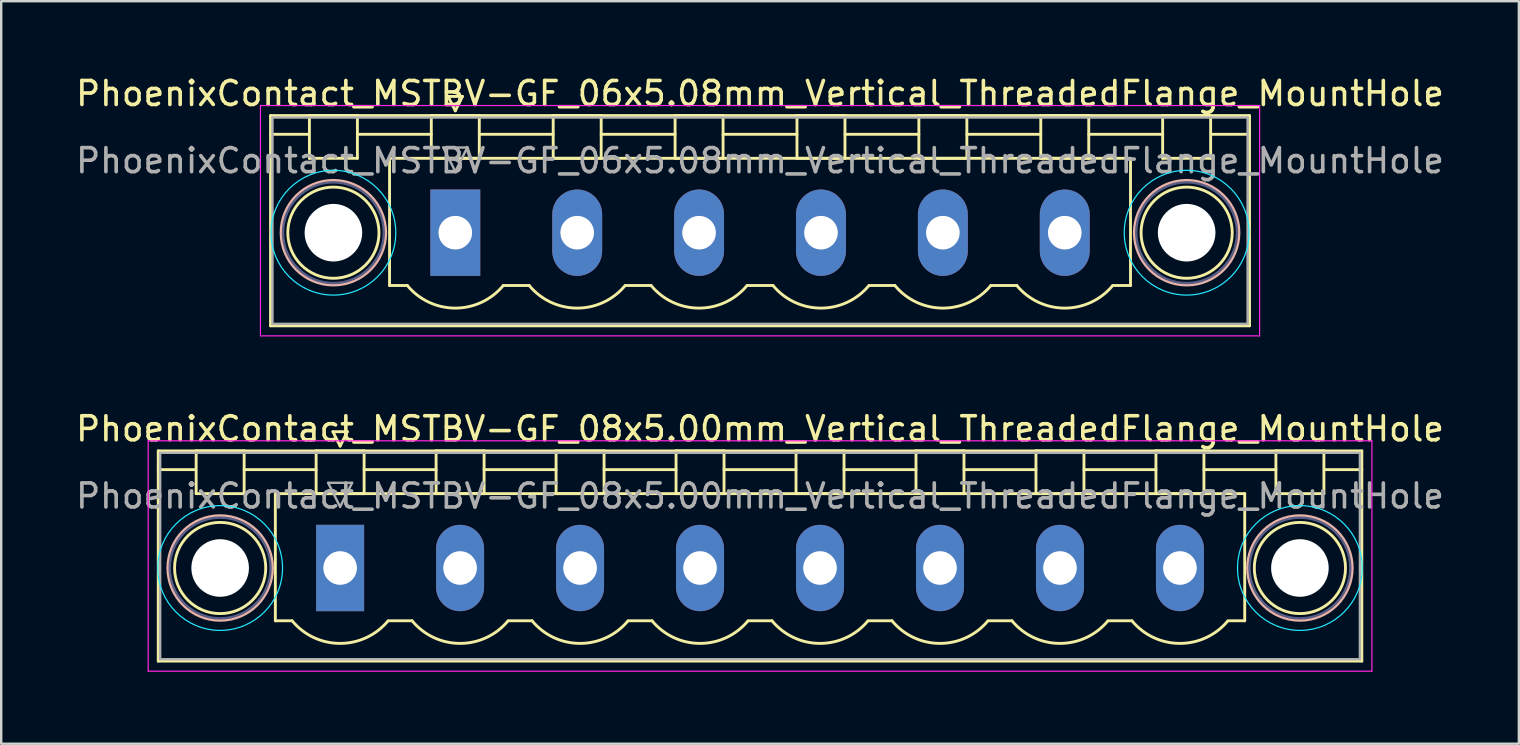
<source format=kicad_pcb>
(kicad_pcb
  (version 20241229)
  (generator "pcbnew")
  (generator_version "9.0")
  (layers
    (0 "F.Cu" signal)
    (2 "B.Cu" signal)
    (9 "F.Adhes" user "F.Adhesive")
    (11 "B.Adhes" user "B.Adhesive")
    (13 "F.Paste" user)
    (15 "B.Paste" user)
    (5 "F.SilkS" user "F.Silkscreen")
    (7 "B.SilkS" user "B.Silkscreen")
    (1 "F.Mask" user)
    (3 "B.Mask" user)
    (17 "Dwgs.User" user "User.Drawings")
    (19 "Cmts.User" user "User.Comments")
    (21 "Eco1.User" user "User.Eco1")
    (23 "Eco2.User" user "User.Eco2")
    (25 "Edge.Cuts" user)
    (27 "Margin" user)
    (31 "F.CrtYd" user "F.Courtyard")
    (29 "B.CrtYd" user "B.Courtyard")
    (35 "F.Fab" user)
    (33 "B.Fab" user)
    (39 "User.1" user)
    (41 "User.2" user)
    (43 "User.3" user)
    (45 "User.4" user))
  (footprint "PhoenixContact_MSTBV-GF_06x5.08mm_Vertical_ThreadedFlange_MountHole"
    (layer "F.Cu")
    (at 15.925 6.648)
    (property "Reference" "PhoenixContact_MSTBV-GF_06x5.08mm_Vertical_ThreadedFlange_MountHole" (at 12.7 -5.8 0) (layer "F.SilkS") (effects (font (size 1 1) (thickness 0.15))))
    (attr through_hole)
    (fp_line (start -7.7 -4.88) (end -7.7 3.88) (stroke (width 0.12) (type solid)) (layer "F.SilkS"))
    (fp_line (start -7.7 -4.1) (end -6.16 -4.1) (stroke (width 0.12) (type solid)) (layer "F.SilkS"))
    (fp_line (start -7.7 3.88) (end 33.1 3.88) (stroke (width 0.12) (type solid)) (layer "F.SilkS"))
    (fp_line (start -6.08 -4.88) (end -4.08 -4.88) (stroke (width 0.12) (type solid)) (layer "F.SilkS"))
    (fp_line (start -6.08 -3.1) (end -6.08 -4.88) (stroke (width 0.12) (type solid)) (layer "F.SilkS"))
    (fp_line (start -4.08 -4.88) (end -4.08 -3.1) (stroke (width 0.12) (type solid)) (layer "F.SilkS"))
    (fp_line (start -4.08 -4.1) (end -1 -4.1) (stroke (width 0.12) (type solid)) (layer "F.SilkS"))
    (fp_line (start -4.08 -3.1) (end -6.08 -3.1) (stroke (width 0.12) (type solid)) (layer "F.SilkS"))
    (fp_line (start -2.74 -3.1) (end 28.14 -3.1) (stroke (width 0.12) (type solid)) (layer "F.SilkS"))
    (fp_line (start -2.74 2.2) (end -2.74 -3.1) (stroke (width 0.12) (type solid)) (layer "F.SilkS"))
    (fp_line (start -2 2.2) (end -2.74 2.2) (stroke (width 0.12) (type solid)) (layer "F.SilkS"))
    (fp_line (start -1 -4.88) (end 1 -4.88) (stroke (width 0.12) (type solid)) (layer "F.SilkS"))
    (fp_line (start -1 -3.1) (end -1 -4.88) (stroke (width 0.12) (type solid)) (layer "F.SilkS"))
    (fp_line (start -0.3 -5.68) (end 0.3 -5.68) (stroke (width 0.12) (type solid)) (layer "F.SilkS"))
    (fp_line (start 0 -5.08) (end -0.3 -5.68) (stroke (width 0.12) (type solid)) (layer "F.SilkS"))
    (fp_line (start 0.3 -5.68) (end 0 -5.08) (stroke (width 0.12) (type solid)) (layer "F.SilkS"))
    (fp_line (start 1 -4.88) (end 1 -3.1) (stroke (width 0.12) (type solid)) (layer "F.SilkS"))
    (fp_line (start 1 -4.1) (end 4.08 -4.1) (stroke (width 0.12) (type solid)) (layer "F.SilkS"))
    (fp_line (start 1 -3.1) (end -1 -3.1) (stroke (width 0.12) (type solid)) (layer "F.SilkS"))
    (fp_line (start 2 2.2) (end 3.08 2.2) (stroke (width 0.12) (type solid)) (layer "F.SilkS"))
    (fp_line (start 4.08 -4.88) (end 6.08 -4.88) (stroke (width 0.12) (type solid)) (layer "F.SilkS"))
    (fp_line (start 4.08 -3.1) (end 4.08 -4.88) (stroke (width 0.12) (type solid)) (layer "F.SilkS"))
    (fp_line (start 6.08 -4.88) (end 6.08 -3.1) (stroke (width 0.12) (type solid)) (layer "F.SilkS"))
    (fp_line (start 6.08 -4.1) (end 9.16 -4.1) (stroke (width 0.12) (type solid)) (layer "F.SilkS"))
    (fp_line (start 6.08 -3.1) (end 4.08 -3.1) (stroke (width 0.12) (type solid)) (layer "F.SilkS"))
    (fp_line (start 7.08 2.2) (end 8.16 2.2) (stroke (width 0.12) (type solid)) (layer "F.SilkS"))
    (fp_line (start 9.16 -4.88) (end 11.16 -4.88) (stroke (width 0.12) (type solid)) (layer "F.SilkS"))
    (fp_line (start 9.16 -3.1) (end 9.16 -4.88) (stroke (width 0.12) (type solid)) (layer "F.SilkS"))
    (fp_line (start 11.16 -4.88) (end 11.16 -3.1) (stroke (width 0.12) (type solid)) (layer "F.SilkS"))
    (fp_line (start 11.16 -4.1) (end 14.24 -4.1) (stroke (width 0.12) (type solid)) (layer "F.SilkS"))
    (fp_line (start 11.16 -3.1) (end 9.16 -3.1) (stroke (width 0.12) (type solid)) (layer "F.SilkS"))
    (fp_line (start 12.16 2.2) (end 13.24 2.2) (stroke (width 0.12) (type solid)) (layer "F.SilkS"))
    (fp_line (start 14.24 -4.88) (end 16.24 -4.88) (stroke (width 0.12) (type solid)) (layer "F.SilkS"))
    (fp_line (start 14.24 -3.1) (end 14.24 -4.88) (stroke (width 0.12) (type solid)) (layer "F.SilkS"))
    (fp_line (start 16.24 -4.88) (end 16.24 -3.1) (stroke (width 0.12) (type solid)) (layer "F.SilkS"))
    (fp_line (start 16.24 -4.1) (end 19.32 -4.1) (stroke (width 0.12) (type solid)) (layer "F.SilkS"))
    (fp_line (start 16.24 -3.1) (end 14.24 -3.1) (stroke (width 0.12) (type solid)) (layer "F.SilkS"))
    (fp_line (start 17.24 2.2) (end 18.32 2.2) (stroke (width 0.12) (type solid)) (layer "F.SilkS"))
    (fp_line (start 19.32 -4.88) (end 21.32 -4.88) (stroke (width 0.12) (type solid)) (layer "F.SilkS"))
    (fp_line (start 19.32 -3.1) (end 19.32 -4.88) (stroke (width 0.12) (type solid)) (layer "F.SilkS"))
    (fp_line (start 21.32 -4.88) (end 21.32 -3.1) (stroke (width 0.12) (type solid)) (layer "F.SilkS"))
    (fp_line (start 21.32 -4.1) (end 24.4 -4.1) (stroke (width 0.12) (type solid)) (layer "F.SilkS"))
    (fp_line (start 21.32 -3.1) (end 19.32 -3.1) (stroke (width 0.12) (type solid)) (layer "F.SilkS"))
    (fp_line (start 22.32 2.2) (end 23.4 2.2) (stroke (width 0.12) (type solid)) (layer "F.SilkS"))
    (fp_line (start 24.4 -4.88) (end 26.4 -4.88) (stroke (width 0.12) (type solid)) (layer "F.SilkS"))
    (fp_line (start 24.4 -3.1) (end 24.4 -4.88) (stroke (width 0.12) (type solid)) (layer "F.SilkS"))
    (fp_line (start 26.4 -4.88) (end 26.4 -3.1) (stroke (width 0.12) (type solid)) (layer "F.SilkS"))
    (fp_line (start 26.4 -4.1) (end 29.48 -4.1) (stroke (width 0.12) (type solid)) (layer "F.SilkS"))
    (fp_line (start 26.4 -3.1) (end 24.4 -3.1) (stroke (width 0.12) (type solid)) (layer "F.SilkS"))
    (fp_line (start 28.14 -3.1) (end 28.14 2.2) (stroke (width 0.12) (type solid)) (layer "F.SilkS"))
    (fp_line (start 28.14 2.2) (end 27.4 2.2) (stroke (width 0.12) (type solid)) (layer "F.SilkS"))
    (fp_line (start 29.48 -4.88) (end 31.48 -4.88) (stroke (width 0.12) (type solid)) (layer "F.SilkS"))
    (fp_line (start 29.48 -3.1) (end 29.48 -4.88) (stroke (width 0.12) (type solid)) (layer "F.SilkS"))
    (fp_line (start 31.48 -4.88) (end 31.48 -3.1) (stroke (width 0.12) (type solid)) (layer "F.SilkS"))
    (fp_line (start 31.48 -3.1) (end 29.48 -3.1) (stroke (width 0.12) (type solid)) (layer "F.SilkS"))
    (fp_line (start 33.1 -4.88) (end -7.7 -4.88) (stroke (width 0.12) (type solid)) (layer "F.SilkS"))
    (fp_line (start 33.1 -4.1) (end 31.56 -4.1) (stroke (width 0.12) (type solid)) (layer "F.SilkS"))
    (fp_line (start 33.1 3.88) (end 33.1 -4.88) (stroke (width 0.12) (type solid)) (layer "F.SilkS"))
    (fp_arc (start 1.986842 2.215821) (mid -0.010289 3.142758) (end -2 2.2) (stroke (width 0.12) (type solid)) (layer "F.SilkS"))
    (fp_arc (start 7.066842 2.215821) (mid 5.069711 3.142758) (end 3.08 2.2) (stroke (width 0.12) (type solid)) (layer "F.SilkS"))
    (fp_arc (start 12.146842 2.215821) (mid 10.149711 3.142758) (end 8.16 2.2) (stroke (width 0.12) (type solid)) (layer "F.SilkS"))
    (fp_arc (start 17.226842 2.215821) (mid 15.229711 3.142758) (end 13.24 2.2) (stroke (width 0.12) (type solid)) (layer "F.SilkS"))
    (fp_arc (start 22.306842 2.215821) (mid 20.309711 3.142758) (end 18.32 2.2) (stroke (width 0.12) (type solid)) (layer "F.SilkS"))
    (fp_arc (start 27.386842 2.215821) (mid 25.389711 3.142758) (end 23.4 2.2) (stroke (width 0.12) (type solid)) (layer "F.SilkS"))
    (fp_circle (center -5.08 0) (end -3.18 0) (stroke (width 0.12) (type solid)) (fill no) (layer "F.SilkS"))
    (fp_circle (center 30.48 0) (end 32.38 0) (stroke (width 0.12) (type solid)) (fill no) (layer "F.SilkS"))
    (fp_circle (center -5.08 0) (end -2.9 0) (stroke (width 0.12) (type solid)) (fill no) (layer "B.SilkS"))
    (fp_circle (center 30.48 0) (end 32.66 0) (stroke (width 0.12) (type solid)) (fill no) (layer "B.SilkS"))
    (fp_circle (center -5.08 0) (end -2.48 0) (stroke (width 0.05) (type solid)) (fill no) (layer "B.CrtYd"))
    (fp_circle (center 30.48 0) (end 33.08 0) (stroke (width 0.05) (type solid)) (fill no) (layer "B.CrtYd"))
    (fp_line (start -8.12 -5.3) (end -8.12 4.3) (stroke (width 0.05) (type solid)) (layer "F.CrtYd"))
    (fp_line (start -8.12 4.3) (end 33.52 4.3) (stroke (width 0.05) (type solid)) (layer "F.CrtYd"))
    (fp_line (start 33.52 -5.3) (end -8.12 -5.3) (stroke (width 0.05) (type solid)) (layer "F.CrtYd"))
    (fp_line (start 33.52 4.3) (end 33.52 -5.3) (stroke (width 0.05) (type solid)) (layer "F.CrtYd"))
    (fp_circle (center -5.08 0) (end -2.98 0) (stroke (width 0.1) (type solid)) (fill no) (layer "B.Fab"))
    (fp_circle (center 30.48 0) (end 32.58 0) (stroke (width 0.1) (type solid)) (fill no) (layer "B.Fab"))
    (fp_line (start -7.62 -4.8) (end -7.62 3.8) (stroke (width 0.1) (type solid)) (layer "F.Fab"))
    (fp_line (start -7.62 3.8) (end 33.02 3.8) (stroke (width 0.1) (type solid)) (layer "F.Fab"))
    (fp_line (start -0.5 -3.55) (end 0.5 -3.55) (stroke (width 0.1) (type solid)) (layer "F.Fab"))
    (fp_line (start 0 -2.55) (end -0.5 -3.55) (stroke (width 0.1) (type solid)) (layer "F.Fab"))
    (fp_line (start 0.5 -3.55) (end 0 -2.55) (stroke (width 0.1) (type solid)) (layer "F.Fab"))
    (fp_line (start 33.02 -4.8) (end -7.62 -4.8) (stroke (width 0.1) (type solid)) (layer "F.Fab"))
    (fp_line (start 33.02 3.8) (end 33.02 -4.8) (stroke (width 0.1) (type solid)) (layer "F.Fab"))
    (fp_text user "${REFERENCE}" (at 12.7 -3 0) (layer "F.Fab") (effects (font (size 1 1) (thickness 0.15))))
    (pad "" np_thru_hole circle (at -5.08 0) (size 2.4 2.4) (drill 2.4) (layers "*.Cu" "*.Mask"))
    (pad "" np_thru_hole circle (at 30.48 0) (size 2.4 2.4) (drill 2.4) (layers "*.Cu" "*.Mask"))
    (pad "1" thru_hole rect (at 0 0) (size 2.08 3.6) (drill 1.4) (layers "*.Cu" "*.Mask"))
    (pad "2" thru_hole oval (at 5.08 0) (size 2.08 3.6) (drill 1.4) (layers "*.Cu" "*.Mask"))
    (pad "3" thru_hole oval (at 10.16 0) (size 2.08 3.6) (drill 1.4) (layers "*.Cu" "*.Mask"))
    (pad "4" thru_hole oval (at 15.24 0) (size 2.08 3.6) (drill 1.4) (layers "*.Cu" "*.Mask"))
    (pad "5" thru_hole oval (at 20.32 0) (size 2.08 3.6) (drill 1.4) (layers "*.Cu" "*.Mask"))
    (pad "6" thru_hole oval (at 25.4 0) (size 2.08 3.6) (drill 1.4) (layers "*.Cu" "*.Mask")))
  (footprint "PhoenixContact_MSTBV-GF_08x5.00mm_Vertical_ThreadedFlange_MountHole"
    (layer "F.Cu")
    (at 11.125 20.622)
    (property "Reference" "PhoenixContact_MSTBV-GF_08x5.00mm_Vertical_ThreadedFlange_MountHole" (at 17.5 -5.8 0) (layer "F.SilkS") (effects (font (size 1 1) (thickness 0.15))))
    (attr through_hole)
    (fp_line (start -7.58 -4.88) (end -7.58 3.88) (stroke (width 0.12) (type solid)) (layer "F.SilkS"))
    (fp_line (start -7.58 -4.1) (end -6.08 -4.1) (stroke (width 0.12) (type solid)) (layer "F.SilkS"))
    (fp_line (start -7.58 3.88) (end 42.58 3.88) (stroke (width 0.12) (type solid)) (layer "F.SilkS"))
    (fp_line (start -6 -4.88) (end -4 -4.88) (stroke (width 0.12) (type solid)) (layer "F.SilkS"))
    (fp_line (start -6 -3.1) (end -6 -4.88) (stroke (width 0.12) (type solid)) (layer "F.SilkS"))
    (fp_line (start -4 -4.88) (end -4 -3.1) (stroke (width 0.12) (type solid)) (layer "F.SilkS"))
    (fp_line (start -4 -4.1) (end -1 -4.1) (stroke (width 0.12) (type solid)) (layer "F.SilkS"))
    (fp_line (start -4 -3.1) (end -6 -3.1) (stroke (width 0.12) (type solid)) (layer "F.SilkS"))
    (fp_line (start -2.7 -3.1) (end 37.7 -3.1) (stroke (width 0.12) (type solid)) (layer "F.SilkS"))
    (fp_line (start -2.7 2.2) (end -2.7 -3.1) (stroke (width 0.12) (type solid)) (layer "F.SilkS"))
    (fp_line (start -2 2.2) (end -2.7 2.2) (stroke (width 0.12) (type solid)) (layer "F.SilkS"))
    (fp_line (start -1 -4.88) (end 1 -4.88) (stroke (width 0.12) (type solid)) (layer "F.SilkS"))
    (fp_line (start -1 -3.1) (end -1 -4.88) (stroke (width 0.12) (type solid)) (layer "F.SilkS"))
    (fp_line (start -0.3 -5.68) (end 0.3 -5.68) (stroke (width 0.12) (type solid)) (layer "F.SilkS"))
    (fp_line (start 0 -5.08) (end -0.3 -5.68) (stroke (width 0.12) (type solid)) (layer "F.SilkS"))
    (fp_line (start 0.3 -5.68) (end 0 -5.08) (stroke (width 0.12) (type solid)) (layer "F.SilkS"))
    (fp_line (start 1 -4.88) (end 1 -3.1) (stroke (width 0.12) (type solid)) (layer "F.SilkS"))
    (fp_line (start 1 -4.1) (end 4 -4.1) (stroke (width 0.12) (type solid)) (layer "F.SilkS"))
    (fp_line (start 1 -3.1) (end -1 -3.1) (stroke (width 0.12) (type solid)) (layer "F.SilkS"))
    (fp_line (start 2 2.2) (end 3 2.2) (stroke (width 0.12) (type solid)) (layer "F.SilkS"))
    (fp_line (start 4 -4.88) (end 6 -4.88) (stroke (width 0.12) (type solid)) (layer "F.SilkS"))
    (fp_line (start 4 -3.1) (end 4 -4.88) (stroke (width 0.12) (type solid)) (layer "F.SilkS"))
    (fp_line (start 6 -4.88) (end 6 -3.1) (stroke (width 0.12) (type solid)) (layer "F.SilkS"))
    (fp_line (start 6 -4.1) (end 9 -4.1) (stroke (width 0.12) (type solid)) (layer "F.SilkS"))
    (fp_line (start 6 -3.1) (end 4 -3.1) (stroke (width 0.12) (type solid)) (layer "F.SilkS"))
    (fp_line (start 7 2.2) (end 8 2.2) (stroke (width 0.12) (type solid)) (layer "F.SilkS"))
    (fp_line (start 9 -4.88) (end 11 -4.88) (stroke (width 0.12) (type solid)) (layer "F.SilkS"))
    (fp_line (start 9 -3.1) (end 9 -4.88) (stroke (width 0.12) (type solid)) (layer "F.SilkS"))
    (fp_line (start 11 -4.88) (end 11 -3.1) (stroke (width 0.12) (type solid)) (layer "F.SilkS"))
    (fp_line (start 11 -4.1) (end 14 -4.1) (stroke (width 0.12) (type solid)) (layer "F.SilkS"))
    (fp_line (start 11 -3.1) (end 9 -3.1) (stroke (width 0.12) (type solid)) (layer "F.SilkS"))
    (fp_line (start 12 2.2) (end 13 2.2) (stroke (width 0.12) (type solid)) (layer "F.SilkS"))
    (fp_line (start 14 -4.88) (end 16 -4.88) (stroke (width 0.12) (type solid)) (layer "F.SilkS"))
    (fp_line (start 14 -3.1) (end 14 -4.88) (stroke (width 0.12) (type solid)) (layer "F.SilkS"))
    (fp_line (start 16 -4.88) (end 16 -3.1) (stroke (width 0.12) (type solid)) (layer "F.SilkS"))
    (fp_line (start 16 -4.1) (end 19 -4.1) (stroke (width 0.12) (type solid)) (layer "F.SilkS"))
    (fp_line (start 16 -3.1) (end 14 -3.1) (stroke (width 0.12) (type solid)) (layer "F.SilkS"))
    (fp_line (start 17 2.2) (end 18 2.2) (stroke (width 0.12) (type solid)) (layer "F.SilkS"))
    (fp_line (start 19 -4.88) (end 21 -4.88) (stroke (width 0.12) (type solid)) (layer "F.SilkS"))
    (fp_line (start 19 -3.1) (end 19 -4.88) (stroke (width 0.12) (type solid)) (layer "F.SilkS"))
    (fp_line (start 21 -4.88) (end 21 -3.1) (stroke (width 0.12) (type solid)) (layer "F.SilkS"))
    (fp_line (start 21 -4.1) (end 24 -4.1) (stroke (width 0.12) (type solid)) (layer "F.SilkS"))
    (fp_line (start 21 -3.1) (end 19 -3.1) (stroke (width 0.12) (type solid)) (layer "F.SilkS"))
    (fp_line (start 22 2.2) (end 23 2.2) (stroke (width 0.12) (type solid)) (layer "F.SilkS"))
    (fp_line (start 24 -4.88) (end 26 -4.88) (stroke (width 0.12) (type solid)) (layer "F.SilkS"))
    (fp_line (start 24 -3.1) (end 24 -4.88) (stroke (width 0.12) (type solid)) (layer "F.SilkS"))
    (fp_line (start 26 -4.88) (end 26 -3.1) (stroke (width 0.12) (type solid)) (layer "F.SilkS"))
    (fp_line (start 26 -4.1) (end 29 -4.1) (stroke (width 0.12) (type solid)) (layer "F.SilkS"))
    (fp_line (start 26 -3.1) (end 24 -3.1) (stroke (width 0.12) (type solid)) (layer "F.SilkS"))
    (fp_line (start 27 2.2) (end 28 2.2) (stroke (width 0.12) (type solid)) (layer "F.SilkS"))
    (fp_line (start 29 -4.88) (end 31 -4.88) (stroke (width 0.12) (type solid)) (layer "F.SilkS"))
    (fp_line (start 29 -3.1) (end 29 -4.88) (stroke (width 0.12) (type solid)) (layer "F.SilkS"))
    (fp_line (start 31 -4.88) (end 31 -3.1) (stroke (width 0.12) (type solid)) (layer "F.SilkS"))
    (fp_line (start 31 -4.1) (end 34 -4.1) (stroke (width 0.12) (type solid)) (layer "F.SilkS"))
    (fp_line (start 31 -3.1) (end 29 -3.1) (stroke (width 0.12) (type solid)) (layer "F.SilkS"))
    (fp_line (start 32 2.2) (end 33 2.2) (stroke (width 0.12) (type solid)) (layer "F.SilkS"))
    (fp_line (start 34 -4.88) (end 36 -4.88) (stroke (width 0.12) (type solid)) (layer "F.SilkS"))
    (fp_line (start 34 -3.1) (end 34 -4.88) (stroke (width 0.12) (type solid)) (layer "F.SilkS"))
    (fp_line (start 36 -4.88) (end 36 -3.1) (stroke (width 0.12) (type solid)) (layer "F.SilkS"))
    (fp_line (start 36 -4.1) (end 39 -4.1) (stroke (width 0.12) (type solid)) (layer "F.SilkS"))
    (fp_line (start 36 -3.1) (end 34 -3.1) (stroke (width 0.12) (type solid)) (layer "F.SilkS"))
    (fp_line (start 37.7 -3.1) (end 37.7 2.2) (stroke (width 0.12) (type solid)) (layer "F.SilkS"))
    (fp_line (start 37.7 2.2) (end 37 2.2) (stroke (width 0.12) (type solid)) (layer "F.SilkS"))
    (fp_line (start 39 -4.88) (end 41 -4.88) (stroke (width 0.12) (type solid)) (layer "F.SilkS"))
    (fp_line (start 39 -3.1) (end 39 -4.88) (stroke (width 0.12) (type solid)) (layer "F.SilkS"))
    (fp_line (start 41 -4.88) (end 41 -3.1) (stroke (width 0.12) (type solid)) (layer "F.SilkS"))
    (fp_line (start 41 -3.1) (end 39 -3.1) (stroke (width 0.12) (type solid)) (layer "F.SilkS"))
    (fp_line (start 42.58 -4.88) (end -7.58 -4.88) (stroke (width 0.12) (type solid)) (layer "F.SilkS"))
    (fp_line (start 42.58 -4.1) (end 41.08 -4.1) (stroke (width 0.12) (type solid)) (layer "F.SilkS"))
    (fp_line (start 42.58 3.88) (end 42.58 -4.88) (stroke (width 0.12) (type solid)) (layer "F.SilkS"))
    (fp_arc (start 1.986842 2.215821) (mid -0.010289 3.142758) (end -2 2.2) (stroke (width 0.12) (type solid)) (layer "F.SilkS"))
    (fp_arc (start 6.986842 2.215821) (mid 4.989711 3.142758) (end 3 2.2) (stroke (width 0.12) (type solid)) (layer "F.SilkS"))
    (fp_arc (start 11.986842 2.215821) (mid 9.989711 3.142758) (end 8 2.2) (stroke (width 0.12) (type solid)) (layer "F.SilkS"))
    (fp_arc (start 16.986842 2.215821) (mid 14.989711 3.142758) (end 13 2.2) (stroke (width 0.12) (type solid)) (layer "F.SilkS"))
    (fp_arc (start 21.986842 2.215821) (mid 19.989711 3.142758) (end 18 2.2) (stroke (width 0.12) (type solid)) (layer "F.SilkS"))
    (fp_arc (start 26.986842 2.215821) (mid 24.989711 3.142758) (end 23 2.2) (stroke (width 0.12) (type solid)) (layer "F.SilkS"))
    (fp_arc (start 31.986842 2.215821) (mid 29.989711 3.142758) (end 28 2.2) (stroke (width 0.12) (type solid)) (layer "F.SilkS"))
    (fp_arc (start 36.986842 2.215821) (mid 34.989711 3.142758) (end 33 2.2) (stroke (width 0.12) (type solid)) (layer "F.SilkS"))
    (fp_circle (center -5 0) (end -3.1 0) (stroke (width 0.12) (type solid)) (fill no) (layer "F.SilkS"))
    (fp_circle (center 40 0) (end 41.9 0) (stroke (width 0.12) (type solid)) (fill no) (layer "F.SilkS"))
    (fp_circle (center -5 0) (end -2.82 0) (stroke (width 0.12) (type solid)) (fill no) (layer "B.SilkS"))
    (fp_circle (center 40 0) (end 42.18 0) (stroke (width 0.12) (type solid)) (fill no) (layer "B.SilkS"))
    (fp_circle (center -5 0) (end -2.4 0) (stroke (width 0.05) (type solid)) (fill no) (layer "B.CrtYd"))
    (fp_circle (center 40 0) (end 42.6 0) (stroke (width 0.05) (type solid)) (fill no) (layer "B.CrtYd"))
    (fp_line (start -8 -5.3) (end -8 4.3) (stroke (width 0.05) (type solid)) (layer "F.CrtYd"))
    (fp_line (start -8 4.3) (end 43 4.3) (stroke (width 0.05) (type solid)) (layer "F.CrtYd"))
    (fp_line (start 43 -5.3) (end -8 -5.3) (stroke (width 0.05) (type solid)) (layer "F.CrtYd"))
    (fp_line (start 43 4.3) (end 43 -5.3) (stroke (width 0.05) (type solid)) (layer "F.CrtYd"))
    (fp_circle (center -5 0) (end -2.9 0) (stroke (width 0.1) (type solid)) (fill no) (layer "B.Fab"))
    (fp_circle (center 40 0) (end 42.1 0) (stroke (width 0.1) (type solid)) (fill no) (layer "B.Fab"))
    (fp_line (start -7.5 -4.8) (end -7.5 3.8) (stroke (width 0.1) (type solid)) (layer "F.Fab"))
    (fp_line (start -7.5 3.8) (end 42.5 3.8) (stroke (width 0.1) (type solid)) (layer "F.Fab"))
    (fp_line (start -0.5 -3.55) (end 0.5 -3.55) (stroke (width 0.1) (type solid)) (layer "F.Fab"))
    (fp_line (start 0 -2.55) (end -0.5 -3.55) (stroke (width 0.1) (type solid)) (layer "F.Fab"))
    (fp_line (start 0.5 -3.55) (end 0 -2.55) (stroke (width 0.1) (type solid)) (layer "F.Fab"))
    (fp_line (start 42.5 -4.8) (end -7.5 -4.8) (stroke (width 0.1) (type solid)) (layer "F.Fab"))
    (fp_line (start 42.5 3.8) (end 42.5 -4.8) (stroke (width 0.1) (type solid)) (layer "F.Fab"))
    (fp_text user "${REFERENCE}" (at 17.5 -3 0) (layer "F.Fab") (effects (font (size 1 1) (thickness 0.15))))
    (pad "" np_thru_hole circle (at -5 0) (size 2.4 2.4) (drill 2.4) (layers "*.Cu" "*.Mask"))
    (pad "" np_thru_hole circle (at 40 0) (size 2.4 2.4) (drill 2.4) (layers "*.Cu" "*.Mask"))
    (pad "1" thru_hole rect (at 0 0) (size 2 3.6) (drill 1.4) (layers "*.Cu" "*.Mask"))
    (pad "2" thru_hole oval (at 5 0) (size 2 3.6) (drill 1.4) (layers "*.Cu" "*.Mask"))
    (pad "3" thru_hole oval (at 10 0) (size 2 3.6) (drill 1.4) (layers "*.Cu" "*.Mask"))
    (pad "4" thru_hole oval (at 15 0) (size 2 3.6) (drill 1.4) (layers "*.Cu" "*.Mask"))
    (pad "5" thru_hole oval (at 20 0) (size 2 3.6) (drill 1.4) (layers "*.Cu" "*.Mask"))
    (pad "6" thru_hole oval (at 25 0) (size 2 3.6) (drill 1.4) (layers "*.Cu" "*.Mask"))
    (pad "7" thru_hole oval (at 30 0) (size 2 3.6) (drill 1.4) (layers "*.Cu" "*.Mask"))
    (pad "8" thru_hole oval (at 35 0) (size 2 3.6) (drill 1.4) (layers "*.Cu" "*.Mask")))
  (gr_rect
    (start -3 -3)
    (end 60.25 27.947)
    (stroke (width 0.1) (type default))
    (fill no)
    (layer "Edge.Cuts")))
</source>
